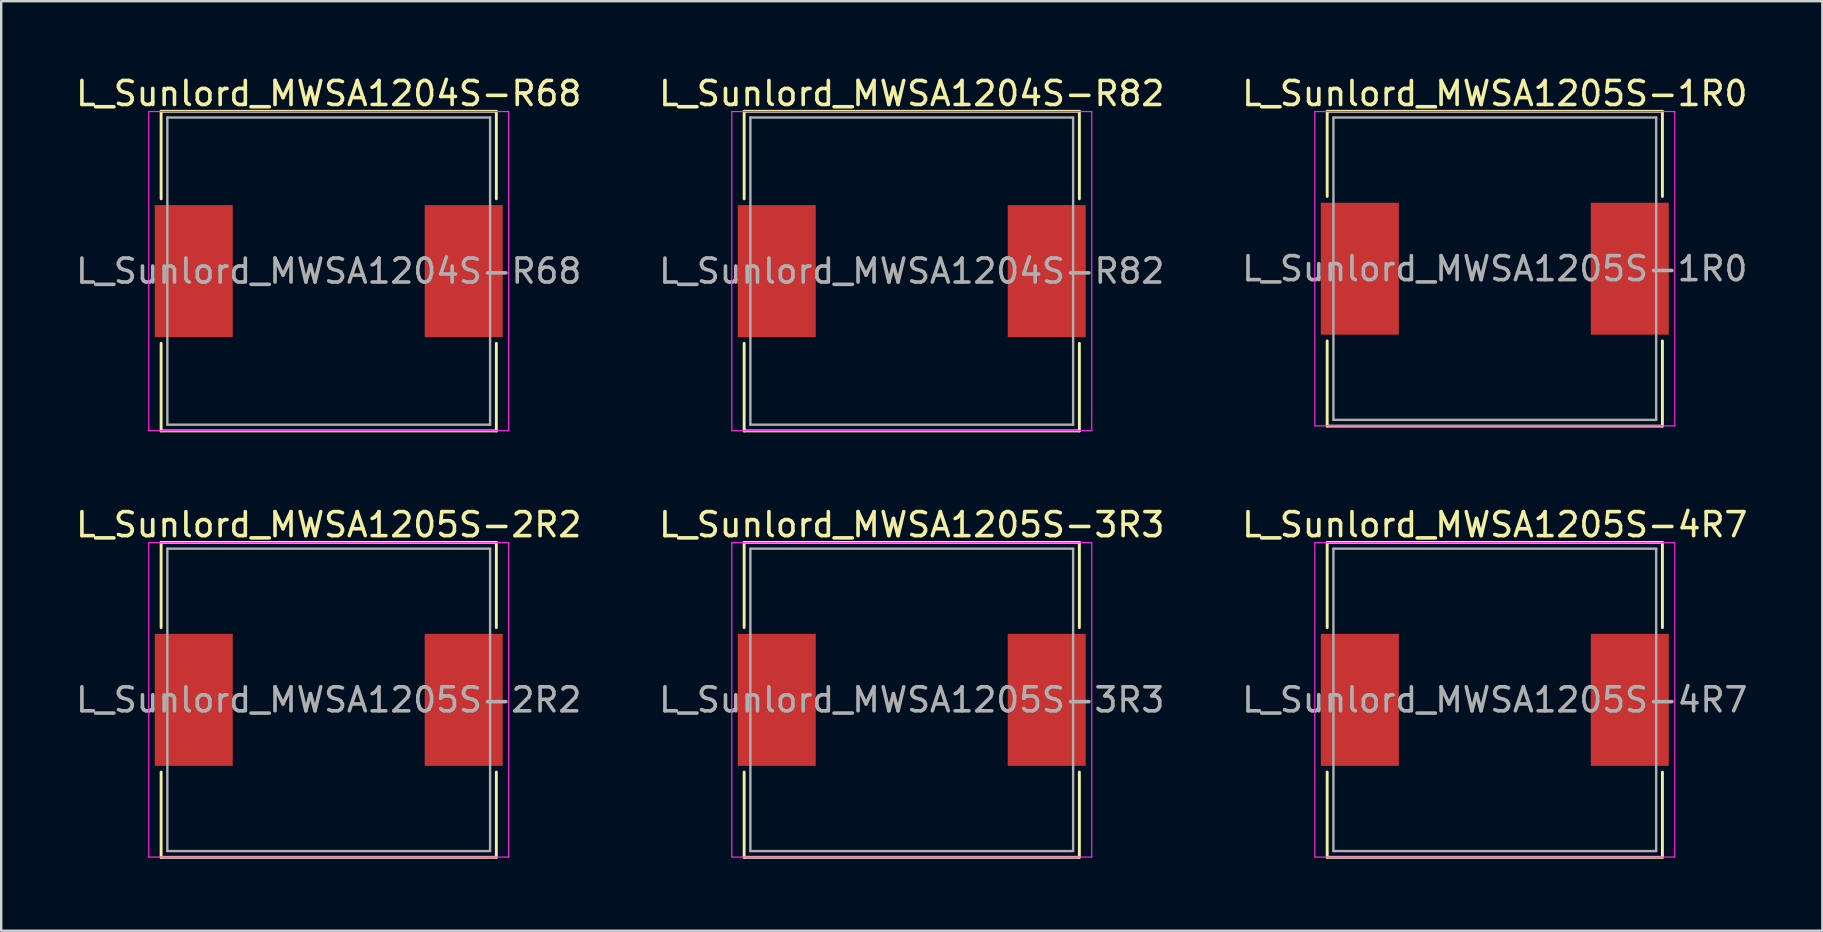
<source format=kicad_pcb>
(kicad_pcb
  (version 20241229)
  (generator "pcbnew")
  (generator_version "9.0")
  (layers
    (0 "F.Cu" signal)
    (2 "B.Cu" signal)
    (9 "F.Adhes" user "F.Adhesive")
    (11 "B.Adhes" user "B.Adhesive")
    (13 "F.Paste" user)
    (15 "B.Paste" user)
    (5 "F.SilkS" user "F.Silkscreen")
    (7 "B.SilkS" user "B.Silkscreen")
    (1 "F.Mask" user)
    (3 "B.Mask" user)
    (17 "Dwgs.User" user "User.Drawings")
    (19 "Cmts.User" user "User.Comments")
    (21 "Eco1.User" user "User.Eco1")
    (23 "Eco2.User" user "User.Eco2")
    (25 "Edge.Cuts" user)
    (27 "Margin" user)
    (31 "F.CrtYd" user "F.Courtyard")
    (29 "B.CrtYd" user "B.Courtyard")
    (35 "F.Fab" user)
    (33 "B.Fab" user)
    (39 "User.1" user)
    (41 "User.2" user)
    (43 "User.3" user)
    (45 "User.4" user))
  (footprint "L_Sunlord_MWSA1204S-R82"
    (layer "F.Cu")
    (at 34.946 8.248)
    (property "Reference" "L_Sunlord_MWSA1204S-R82" (at 0 -7.4 0) (layer "F.SilkS") (effects (font (size 1 1) (thickness 0.15))))
    (attr smd)
    (fp_line (start -6.985 -6.66) (end -6.985 -3.01) (stroke (width 0.12) (type solid)) (layer "F.SilkS"))
    (fp_line (start -6.985 -6.66) (end 6.985 -6.66) (stroke (width 0.12) (type solid)) (layer "F.SilkS"))
    (fp_line (start -6.985 6.66) (end -6.985 3.01) (stroke (width 0.12) (type solid)) (layer "F.SilkS"))
    (fp_line (start -6.985 6.66) (end 6.985 6.66) (stroke (width 0.12) (type solid)) (layer "F.SilkS"))
    (fp_line (start 6.985 -6.66) (end 6.985 -3.01) (stroke (width 0.12) (type solid)) (layer "F.SilkS"))
    (fp_line (start 6.985 6.66) (end 6.985 3.01) (stroke (width 0.12) (type solid)) (layer "F.SilkS"))
    (fp_line (start -7.5 -6.65) (end -7.5 6.65) (stroke (width 0.05) (type solid)) (layer "F.CrtYd"))
    (fp_line (start -7.5 6.65) (end 7.5 6.65) (stroke (width 0.05) (type solid)) (layer "F.CrtYd"))
    (fp_line (start 7.5 -6.65) (end -7.5 -6.65) (stroke (width 0.05) (type solid)) (layer "F.CrtYd"))
    (fp_line (start 7.5 6.65) (end 7.5 -6.65) (stroke (width 0.05) (type solid)) (layer "F.CrtYd"))
    (fp_line (start -6.725 -6.4) (end -6.725 6.4) (stroke (width 0.1) (type solid)) (layer "F.Fab"))
    (fp_line (start -6.725 6.4) (end 6.725 6.4) (stroke (width 0.1) (type solid)) (layer "F.Fab"))
    (fp_line (start 6.725 -6.4) (end -6.725 -6.4) (stroke (width 0.1) (type solid)) (layer "F.Fab"))
    (fp_line (start 6.725 6.4) (end 6.725 -6.4) (stroke (width 0.1) (type solid)) (layer "F.Fab"))
    (fp_text user "${REFERENCE}" (at 0 0 0) (layer "F.Fab") (effects (font (size 1 1) (thickness 0.15))))
    (pad "1" smd rect (at -5.625 0) (size 3.25 5.5) (layers "F.Cu" "F.Mask" "F.Paste"))
    (pad "2" smd rect (at 5.625 0) (size 3.25 5.5) (layers "F.Cu" "F.Mask" "F.Paste")))
  (footprint "L_Sunlord_MWSA1205S-3R3"
    (layer "F.Cu")
    (at 34.946 26.116)
    (property "Reference" "L_Sunlord_MWSA1205S-3R3" (at 0 -7.3 0) (layer "F.SilkS") (effects (font (size 1 1) (thickness 0.15))))
    (attr smd)
    (fp_line (start -6.985 -6.56) (end -6.985 -3.01) (stroke (width 0.12) (type solid)) (layer "F.SilkS"))
    (fp_line (start -6.985 -6.56) (end 6.985 -6.56) (stroke (width 0.12) (type solid)) (layer "F.SilkS"))
    (fp_line (start -6.985 6.56) (end -6.985 3.01) (stroke (width 0.12) (type solid)) (layer "F.SilkS"))
    (fp_line (start -6.985 6.56) (end 6.985 6.56) (stroke (width 0.12) (type solid)) (layer "F.SilkS"))
    (fp_line (start 6.985 -6.56) (end 6.985 -3.01) (stroke (width 0.12) (type solid)) (layer "F.SilkS"))
    (fp_line (start 6.985 6.56) (end 6.985 3.01) (stroke (width 0.12) (type solid)) (layer "F.SilkS"))
    (fp_line (start -7.5 -6.55) (end -7.5 6.55) (stroke (width 0.05) (type solid)) (layer "F.CrtYd"))
    (fp_line (start -7.5 6.55) (end 7.5 6.55) (stroke (width 0.05) (type solid)) (layer "F.CrtYd"))
    (fp_line (start 7.5 -6.55) (end -7.5 -6.55) (stroke (width 0.05) (type solid)) (layer "F.CrtYd"))
    (fp_line (start 7.5 6.55) (end 7.5 -6.55) (stroke (width 0.05) (type solid)) (layer "F.CrtYd"))
    (fp_line (start -6.725 -6.3) (end -6.725 6.3) (stroke (width 0.1) (type solid)) (layer "F.Fab"))
    (fp_line (start -6.725 6.3) (end 6.725 6.3) (stroke (width 0.1) (type solid)) (layer "F.Fab"))
    (fp_line (start 6.725 -6.3) (end -6.725 -6.3) (stroke (width 0.1) (type solid)) (layer "F.Fab"))
    (fp_line (start 6.725 6.3) (end 6.725 -6.3) (stroke (width 0.1) (type solid)) (layer "F.Fab"))
    (fp_text user "${REFERENCE}" (at 0 0 0) (layer "F.Fab") (effects (font (size 1 1) (thickness 0.15))))
    (pad "1" smd rect (at -5.625 0) (size 3.25 5.5) (layers "F.Cu" "F.Mask" "F.Paste"))
    (pad "2" smd rect (at 5.625 0) (size 3.25 5.5) (layers "F.Cu" "F.Mask" "F.Paste")))
  (footprint "L_Sunlord_MWSA1205S-4R7"
    (layer "F.Cu")
    (at 59.244 26.116)
    (property "Reference" "L_Sunlord_MWSA1205S-4R7" (at 0 -7.3 0) (layer "F.SilkS") (effects (font (size 1 1) (thickness 0.15))))
    (attr smd)
    (fp_line (start -6.985 -6.56) (end -6.985 -3.01) (stroke (width 0.12) (type solid)) (layer "F.SilkS"))
    (fp_line (start -6.985 -6.56) (end 6.985 -6.56) (stroke (width 0.12) (type solid)) (layer "F.SilkS"))
    (fp_line (start -6.985 6.56) (end -6.985 3.01) (stroke (width 0.12) (type solid)) (layer "F.SilkS"))
    (fp_line (start -6.985 6.56) (end 6.985 6.56) (stroke (width 0.12) (type solid)) (layer "F.SilkS"))
    (fp_line (start 6.985 -6.56) (end 6.985 -3.01) (stroke (width 0.12) (type solid)) (layer "F.SilkS"))
    (fp_line (start 6.985 6.56) (end 6.985 3.01) (stroke (width 0.12) (type solid)) (layer "F.SilkS"))
    (fp_line (start -7.5 -6.55) (end -7.5 6.55) (stroke (width 0.05) (type solid)) (layer "F.CrtYd"))
    (fp_line (start -7.5 6.55) (end 7.5 6.55) (stroke (width 0.05) (type solid)) (layer "F.CrtYd"))
    (fp_line (start 7.5 -6.55) (end -7.5 -6.55) (stroke (width 0.05) (type solid)) (layer "F.CrtYd"))
    (fp_line (start 7.5 6.55) (end 7.5 -6.55) (stroke (width 0.05) (type solid)) (layer "F.CrtYd"))
    (fp_line (start -6.725 -6.3) (end -6.725 6.3) (stroke (width 0.1) (type solid)) (layer "F.Fab"))
    (fp_line (start -6.725 6.3) (end 6.725 6.3) (stroke (width 0.1) (type solid)) (layer "F.Fab"))
    (fp_line (start 6.725 -6.3) (end -6.725 -6.3) (stroke (width 0.1) (type solid)) (layer "F.Fab"))
    (fp_line (start 6.725 6.3) (end 6.725 -6.3) (stroke (width 0.1) (type solid)) (layer "F.Fab"))
    (fp_text user "${REFERENCE}" (at 0 0 0) (layer "F.Fab") (effects (font (size 1 1) (thickness 0.15))))
    (pad "1" smd rect (at -5.625 0) (size 3.25 5.5) (layers "F.Cu" "F.Mask" "F.Paste"))
    (pad "2" smd rect (at 5.625 0) (size 3.25 5.5) (layers "F.Cu" "F.Mask" "F.Paste")))
  (footprint "L_Sunlord_MWSA1204S-R68"
    (layer "F.Cu")
    (at 10.649 8.248)
    (property "Reference" "L_Sunlord_MWSA1204S-R68" (at 0 -7.4 0) (layer "F.SilkS") (effects (font (size 1 1) (thickness 0.15))))
    (attr smd)
    (fp_line (start -6.985 -6.66) (end -6.985 -3.01) (stroke (width 0.12) (type solid)) (layer "F.SilkS"))
    (fp_line (start -6.985 -6.66) (end 6.985 -6.66) (stroke (width 0.12) (type solid)) (layer "F.SilkS"))
    (fp_line (start -6.985 6.66) (end -6.985 3.01) (stroke (width 0.12) (type solid)) (layer "F.SilkS"))
    (fp_line (start -6.985 6.66) (end 6.985 6.66) (stroke (width 0.12) (type solid)) (layer "F.SilkS"))
    (fp_line (start 6.985 -6.66) (end 6.985 -3.01) (stroke (width 0.12) (type solid)) (layer "F.SilkS"))
    (fp_line (start 6.985 6.66) (end 6.985 3.01) (stroke (width 0.12) (type solid)) (layer "F.SilkS"))
    (fp_line (start -7.5 -6.65) (end -7.5 6.65) (stroke (width 0.05) (type solid)) (layer "F.CrtYd"))
    (fp_line (start -7.5 6.65) (end 7.5 6.65) (stroke (width 0.05) (type solid)) (layer "F.CrtYd"))
    (fp_line (start 7.5 -6.65) (end -7.5 -6.65) (stroke (width 0.05) (type solid)) (layer "F.CrtYd"))
    (fp_line (start 7.5 6.65) (end 7.5 -6.65) (stroke (width 0.05) (type solid)) (layer "F.CrtYd"))
    (fp_line (start -6.725 -6.4) (end -6.725 6.4) (stroke (width 0.1) (type solid)) (layer "F.Fab"))
    (fp_line (start -6.725 6.4) (end 6.725 6.4) (stroke (width 0.1) (type solid)) (layer "F.Fab"))
    (fp_line (start 6.725 -6.4) (end -6.725 -6.4) (stroke (width 0.1) (type solid)) (layer "F.Fab"))
    (fp_line (start 6.725 6.4) (end 6.725 -6.4) (stroke (width 0.1) (type solid)) (layer "F.Fab"))
    (fp_text user "${REFERENCE}" (at 0 0 0) (layer "F.Fab") (effects (font (size 1 1) (thickness 0.15))))
    (pad "1" smd rect (at -5.625 0) (size 3.25 5.5) (layers "F.Cu" "F.Mask" "F.Paste"))
    (pad "2" smd rect (at 5.625 0) (size 3.25 5.5) (layers "F.Cu" "F.Mask" "F.Paste")))
  (footprint "L_Sunlord_MWSA1205S-2R2"
    (layer "F.Cu")
    (at 10.649 26.116)
    (property "Reference" "L_Sunlord_MWSA1205S-2R2" (at 0 -7.3 0) (layer "F.SilkS") (effects (font (size 1 1) (thickness 0.15))))
    (attr smd)
    (fp_line (start -6.985 -6.56) (end -6.985 -3.01) (stroke (width 0.12) (type solid)) (layer "F.SilkS"))
    (fp_line (start -6.985 -6.56) (end 6.985 -6.56) (stroke (width 0.12) (type solid)) (layer "F.SilkS"))
    (fp_line (start -6.985 6.56) (end -6.985 3.01) (stroke (width 0.12) (type solid)) (layer "F.SilkS"))
    (fp_line (start -6.985 6.56) (end 6.985 6.56) (stroke (width 0.12) (type solid)) (layer "F.SilkS"))
    (fp_line (start 6.985 -6.56) (end 6.985 -3.01) (stroke (width 0.12) (type solid)) (layer "F.SilkS"))
    (fp_line (start 6.985 6.56) (end 6.985 3.01) (stroke (width 0.12) (type solid)) (layer "F.SilkS"))
    (fp_line (start -7.5 -6.55) (end -7.5 6.55) (stroke (width 0.05) (type solid)) (layer "F.CrtYd"))
    (fp_line (start -7.5 6.55) (end 7.5 6.55) (stroke (width 0.05) (type solid)) (layer "F.CrtYd"))
    (fp_line (start 7.5 -6.55) (end -7.5 -6.55) (stroke (width 0.05) (type solid)) (layer "F.CrtYd"))
    (fp_line (start 7.5 6.55) (end 7.5 -6.55) (stroke (width 0.05) (type solid)) (layer "F.CrtYd"))
    (fp_line (start -6.725 -6.3) (end -6.725 6.3) (stroke (width 0.1) (type solid)) (layer "F.Fab"))
    (fp_line (start -6.725 6.3) (end 6.725 6.3) (stroke (width 0.1) (type solid)) (layer "F.Fab"))
    (fp_line (start 6.725 -6.3) (end -6.725 -6.3) (stroke (width 0.1) (type solid)) (layer "F.Fab"))
    (fp_line (start 6.725 6.3) (end 6.725 -6.3) (stroke (width 0.1) (type solid)) (layer "F.Fab"))
    (fp_text user "${REFERENCE}" (at 0 0 0) (layer "F.Fab") (effects (font (size 1 1) (thickness 0.15))))
    (pad "1" smd rect (at -5.625 0) (size 3.25 5.5) (layers "F.Cu" "F.Mask" "F.Paste"))
    (pad "2" smd rect (at 5.625 0) (size 3.25 5.5) (layers "F.Cu" "F.Mask" "F.Paste")))
  (footprint "L_Sunlord_MWSA1205S-1R0"
    (layer "F.Cu")
    (at 59.244 8.148)
    (property "Reference" "L_Sunlord_MWSA1205S-1R0" (at 0 -7.3 0) (layer "F.SilkS") (effects (font (size 1 1) (thickness 0.15))))
    (attr smd)
    (fp_line (start -6.985 -6.56) (end -6.985 -3.01) (stroke (width 0.12) (type solid)) (layer "F.SilkS"))
    (fp_line (start -6.985 -6.56) (end 6.985 -6.56) (stroke (width 0.12) (type solid)) (layer "F.SilkS"))
    (fp_line (start -6.985 6.56) (end -6.985 3.01) (stroke (width 0.12) (type solid)) (layer "F.SilkS"))
    (fp_line (start -6.985 6.56) (end 6.985 6.56) (stroke (width 0.12) (type solid)) (layer "F.SilkS"))
    (fp_line (start 6.985 -6.56) (end 6.985 -3.01) (stroke (width 0.12) (type solid)) (layer "F.SilkS"))
    (fp_line (start 6.985 6.56) (end 6.985 3.01) (stroke (width 0.12) (type solid)) (layer "F.SilkS"))
    (fp_line (start -7.5 -6.55) (end -7.5 6.55) (stroke (width 0.05) (type solid)) (layer "F.CrtYd"))
    (fp_line (start -7.5 6.55) (end 7.5 6.55) (stroke (width 0.05) (type solid)) (layer "F.CrtYd"))
    (fp_line (start 7.5 -6.55) (end -7.5 -6.55) (stroke (width 0.05) (type solid)) (layer "F.CrtYd"))
    (fp_line (start 7.5 6.55) (end 7.5 -6.55) (stroke (width 0.05) (type solid)) (layer "F.CrtYd"))
    (fp_line (start -6.725 -6.3) (end -6.725 6.3) (stroke (width 0.1) (type solid)) (layer "F.Fab"))
    (fp_line (start -6.725 6.3) (end 6.725 6.3) (stroke (width 0.1) (type solid)) (layer "F.Fab"))
    (fp_line (start 6.725 -6.3) (end -6.725 -6.3) (stroke (width 0.1) (type solid)) (layer "F.Fab"))
    (fp_line (start 6.725 6.3) (end 6.725 -6.3) (stroke (width 0.1) (type solid)) (layer "F.Fab"))
    (fp_text user "${REFERENCE}" (at 0 0 0) (layer "F.Fab") (effects (font (size 1 1) (thickness 0.15))))
    (pad "1" smd rect (at -5.625 0) (size 3.25 5.5) (layers "F.Cu" "F.Mask" "F.Paste"))
    (pad "2" smd rect (at 5.625 0) (size 3.25 5.5) (layers "F.Cu" "F.Mask" "F.Paste")))
  (gr_rect
    (start -3 -3)
    (end 72.893 35.736)
    (stroke (width 0.1) (type default))
    (fill no)
    (layer "Edge.Cuts")))
</source>
